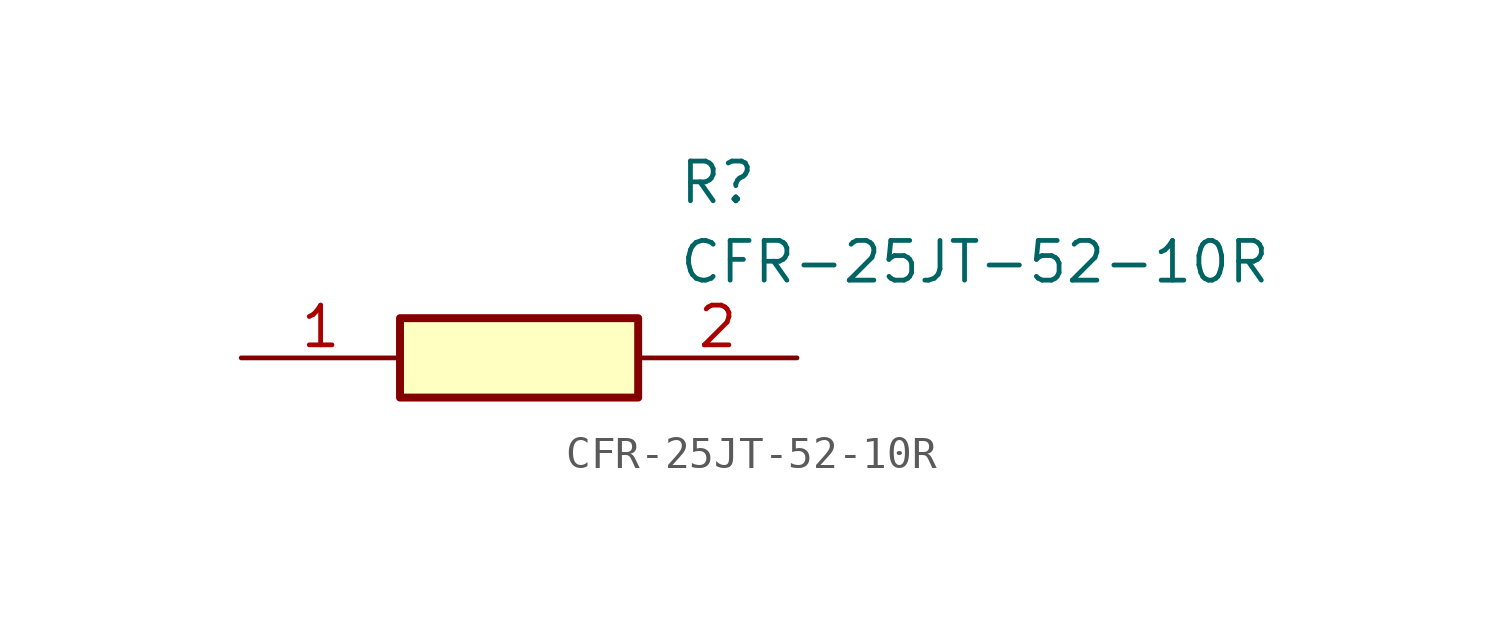
<source format=kicad_sym>
(kicad_symbol_lib
  (version 20211014)
  (generator SamacSys_ECAD_Model)
  (symbol "CFR-25JT-52-10R"
    (pin_names hide)
    (property "Reference" "R"
      (at 13.97 6.35 0)
      (effects (font (size 1.27 1.27)) (justify left top)))
    (property "Value" "CFR-25JT-52-10R"
      (at 13.97 3.81 0)
      (effects (font (size 1.27 1.27)) (justify left top)))
    (rectangle
      (start 5.08 1.27)
      (end 12.7 -1.27)
      (stroke (width 0.254) (type default))
      (fill (type background)))
    (pin passive line
      (at 0 0 0)
      (length 5.08)
      (name "1" (effects (font (size 1.27 1.27))))
      (number "1" (effects (font (size 1.27 1.27)))))
    (pin passive line
      (at 17.78 0 180)
      (length 5.08)
      (name "2" (effects (font (size 1.27 1.27))))
      (number "2" (effects (font (size 1.27 1.27)))))))
</source>
